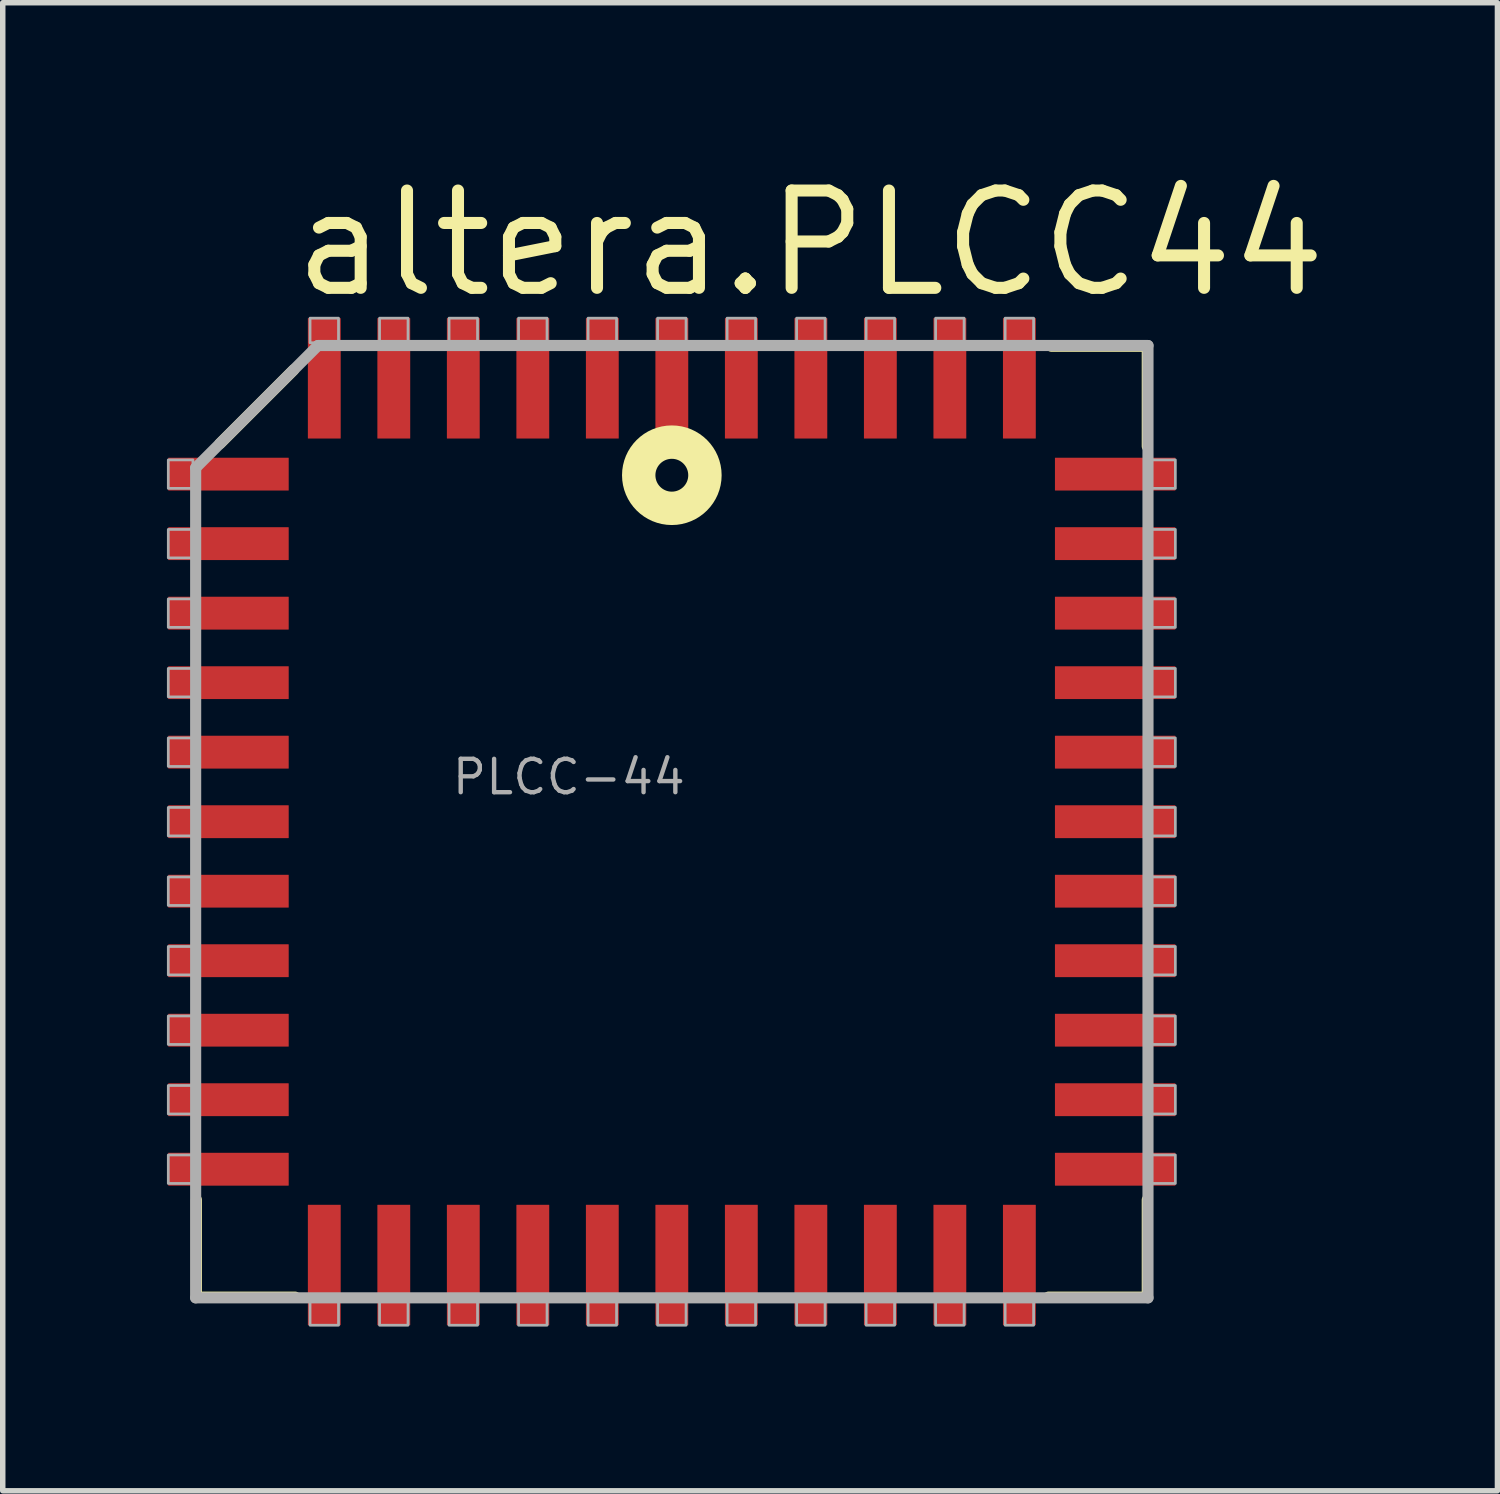
<source format=kicad_pcb>
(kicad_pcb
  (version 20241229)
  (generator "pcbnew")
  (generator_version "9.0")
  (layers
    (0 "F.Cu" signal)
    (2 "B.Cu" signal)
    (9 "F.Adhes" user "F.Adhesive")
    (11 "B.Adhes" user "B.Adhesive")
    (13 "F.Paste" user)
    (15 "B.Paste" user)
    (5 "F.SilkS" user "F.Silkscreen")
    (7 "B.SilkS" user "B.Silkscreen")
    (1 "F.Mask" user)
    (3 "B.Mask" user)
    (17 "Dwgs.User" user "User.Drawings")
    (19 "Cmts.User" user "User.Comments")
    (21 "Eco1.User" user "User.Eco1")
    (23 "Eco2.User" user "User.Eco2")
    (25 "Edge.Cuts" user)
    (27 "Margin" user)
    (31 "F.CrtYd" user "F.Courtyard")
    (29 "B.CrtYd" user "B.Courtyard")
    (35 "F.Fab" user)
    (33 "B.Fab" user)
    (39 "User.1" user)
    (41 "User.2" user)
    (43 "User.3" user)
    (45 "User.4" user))
  (footprint "altera.PLCC44"
    (layer "F.Cu")
    (at 9.225 11.963)
    (property "Reference" "altera.PLCC44" (at -7.015 -9.525 0) (layer "F.SilkS") (effects (font (size 1.778 1.778) (thickness 0.22)) (justify left bottom)))
    (attr smd)
    (fp_line (start -8.687 6.909) (end -8.687 8.687) (stroke (width 0.203) (type default)) (layer "F.SilkS"))
    (fp_line (start -8.687 8.687) (end -6.883 8.687) (stroke (width 0.203) (type default)) (layer "F.SilkS"))
    (fp_line (start -8.255 -6.909) (end -6.909 -8.255) (stroke (width 0.203) (type default)) (layer "F.SilkS"))
    (fp_line (start 6.883 8.687) (end 8.687 8.687) (stroke (width 0.203) (type default)) (layer "F.SilkS"))
    (fp_line (start 8.687 -8.687) (end 6.934 -8.687) (stroke (width 0.203) (type default)) (layer "F.SilkS"))
    (fp_line (start 8.687 -6.858) (end 8.687 -8.687) (stroke (width 0.203) (type default)) (layer "F.SilkS"))
    (fp_line (start 8.687 8.687) (end 8.687 6.909) (stroke (width 0.203) (type default)) (layer "F.SilkS"))
    (fp_circle (center 0 -6.33) (end 0.3 -6.33) (stroke (width 0.61) (type default)) (fill no) (layer "F.SilkS"))
    (fp_line (start -8.7 -6.465) (end -8.7 8.7) (stroke (width 0.203) (type default)) (layer "F.Fab"))
    (fp_line (start -8.7 8.7) (end 8.7 8.7) (stroke (width 0.203) (type default)) (layer "F.Fab"))
    (fp_line (start -6.465 -8.7) (end -8.7 -6.465) (stroke (width 0.203) (type default)) (layer "F.Fab"))
    (fp_line (start 8.7 -8.7) (end -6.465 -8.7) (stroke (width 0.203) (type default)) (layer "F.Fab"))
    (fp_line (start 8.7 8.7) (end 8.7 -8.7) (stroke (width 0.203) (type default)) (layer "F.Fab"))
    (fp_rect (start -9.2 -6.09) (end -8.75 -6.61) (stroke (width 0.05) (type default)) (fill no) (layer "F.Fab"))
    (fp_rect (start -9.2 -4.82) (end -8.75 -5.34) (stroke (width 0.05) (type default)) (fill no) (layer "F.Fab"))
    (fp_rect (start -9.2 -3.55) (end -8.75 -4.07) (stroke (width 0.05) (type default)) (fill no) (layer "F.Fab"))
    (fp_rect (start -9.2 -2.28) (end -8.75 -2.8) (stroke (width 0.05) (type default)) (fill no) (layer "F.Fab"))
    (fp_rect (start -9.2 -1.01) (end -8.75 -1.53) (stroke (width 0.05) (type default)) (fill no) (layer "F.Fab"))
    (fp_rect (start -9.2 0.26) (end -8.75 -0.26) (stroke (width 0.05) (type default)) (fill no) (layer "F.Fab"))
    (fp_rect (start -9.2 1.53) (end -8.75 1.01) (stroke (width 0.05) (type default)) (fill no) (layer "F.Fab"))
    (fp_rect (start -9.2 2.8) (end -8.75 2.28) (stroke (width 0.05) (type default)) (fill no) (layer "F.Fab"))
    (fp_rect (start -9.2 4.07) (end -8.75 3.55) (stroke (width 0.05) (type default)) (fill no) (layer "F.Fab"))
    (fp_rect (start -9.2 5.34) (end -8.75 4.82) (stroke (width 0.05) (type default)) (fill no) (layer "F.Fab"))
    (fp_rect (start -9.2 6.61) (end -8.75 6.09) (stroke (width 0.05) (type default)) (fill no) (layer "F.Fab"))
    (fp_rect (start -6.61 -8.75) (end -6.09 -9.2) (stroke (width 0.05) (type default)) (fill no) (layer "F.Fab"))
    (fp_rect (start -6.61 9.2) (end -6.09 8.75) (stroke (width 0.05) (type default)) (fill no) (layer "F.Fab"))
    (fp_rect (start -5.34 -8.75) (end -4.82 -9.2) (stroke (width 0.05) (type default)) (fill no) (layer "F.Fab"))
    (fp_rect (start -5.34 9.2) (end -4.82 8.75) (stroke (width 0.05) (type default)) (fill no) (layer "F.Fab"))
    (fp_rect (start -4.07 -8.75) (end -3.55 -9.2) (stroke (width 0.05) (type default)) (fill no) (layer "F.Fab"))
    (fp_rect (start -4.07 9.2) (end -3.55 8.75) (stroke (width 0.05) (type default)) (fill no) (layer "F.Fab"))
    (fp_rect (start -2.8 -8.75) (end -2.28 -9.2) (stroke (width 0.05) (type default)) (fill no) (layer "F.Fab"))
    (fp_rect (start -2.8 9.2) (end -2.28 8.75) (stroke (width 0.05) (type default)) (fill no) (layer "F.Fab"))
    (fp_rect (start -1.53 -8.75) (end -1.01 -9.2) (stroke (width 0.05) (type default)) (fill no) (layer "F.Fab"))
    (fp_rect (start -1.53 9.2) (end -1.01 8.75) (stroke (width 0.05) (type default)) (fill no) (layer "F.Fab"))
    (fp_rect (start -0.26 -8.75) (end 0.26 -9.2) (stroke (width 0.05) (type default)) (fill no) (layer "F.Fab"))
    (fp_rect (start -0.26 9.2) (end 0.26 8.75) (stroke (width 0.05) (type default)) (fill no) (layer "F.Fab"))
    (fp_rect (start 1.01 -8.75) (end 1.53 -9.2) (stroke (width 0.05) (type default)) (fill no) (layer "F.Fab"))
    (fp_rect (start 1.01 9.2) (end 1.53 8.75) (stroke (width 0.05) (type default)) (fill no) (layer "F.Fab"))
    (fp_rect (start 2.28 -8.75) (end 2.8 -9.2) (stroke (width 0.05) (type default)) (fill no) (layer "F.Fab"))
    (fp_rect (start 2.28 9.2) (end 2.8 8.75) (stroke (width 0.05) (type default)) (fill no) (layer "F.Fab"))
    (fp_rect (start 3.55 -8.75) (end 4.07 -9.2) (stroke (width 0.05) (type default)) (fill no) (layer "F.Fab"))
    (fp_rect (start 3.55 9.2) (end 4.07 8.75) (stroke (width 0.05) (type default)) (fill no) (layer "F.Fab"))
    (fp_rect (start 4.82 -8.75) (end 5.34 -9.2) (stroke (width 0.05) (type default)) (fill no) (layer "F.Fab"))
    (fp_rect (start 4.82 9.2) (end 5.34 8.75) (stroke (width 0.05) (type default)) (fill no) (layer "F.Fab"))
    (fp_rect (start 6.09 -8.75) (end 6.61 -9.2) (stroke (width 0.05) (type default)) (fill no) (layer "F.Fab"))
    (fp_rect (start 6.09 9.2) (end 6.61 8.75) (stroke (width 0.05) (type default)) (fill no) (layer "F.Fab"))
    (fp_rect (start 8.75 -6.09) (end 9.2 -6.61) (stroke (width 0.05) (type default)) (fill no) (layer "F.Fab"))
    (fp_rect (start 8.75 -4.82) (end 9.2 -5.34) (stroke (width 0.05) (type default)) (fill no) (layer "F.Fab"))
    (fp_rect (start 8.75 -3.55) (end 9.2 -4.07) (stroke (width 0.05) (type default)) (fill no) (layer "F.Fab"))
    (fp_rect (start 8.75 -2.28) (end 9.2 -2.8) (stroke (width 0.05) (type default)) (fill no) (layer "F.Fab"))
    (fp_rect (start 8.75 -1.01) (end 9.2 -1.53) (stroke (width 0.05) (type default)) (fill no) (layer "F.Fab"))
    (fp_rect (start 8.75 0.26) (end 9.2 -0.26) (stroke (width 0.05) (type default)) (fill no) (layer "F.Fab"))
    (fp_rect (start 8.75 1.53) (end 9.2 1.01) (stroke (width 0.05) (type default)) (fill no) (layer "F.Fab"))
    (fp_rect (start 8.75 2.8) (end 9.2 2.28) (stroke (width 0.05) (type default)) (fill no) (layer "F.Fab"))
    (fp_rect (start 8.75 4.07) (end 9.2 3.55) (stroke (width 0.05) (type default)) (fill no) (layer "F.Fab"))
    (fp_rect (start 8.75 5.34) (end 9.2 4.82) (stroke (width 0.05) (type default)) (fill no) (layer "F.Fab"))
    (fp_rect (start 8.75 6.61) (end 9.2 6.09) (stroke (width 0.05) (type default)) (fill no) (layer "F.Fab"))
    (fp_text user "PLCC-44" (at -4.055 -0.46 0) (layer "F.Fab") (effects (font (size 0.61 0.61) (thickness 0.08)) (justify left bottom)))
    (pad "1" smd roundrect (at 0 -8.1) (size 0.6 2.2) (layers "F.Cu" "F.Mask" "F.Paste") (roundrect_rratio 0.01))
    (pad "2" smd roundrect (at -1.27 -8.1) (size 0.6 2.2) (layers "F.Cu" "F.Mask" "F.Paste") (roundrect_rratio 0.01))
    (pad "3" smd roundrect (at -2.54 -8.1) (size 0.6 2.2) (layers "F.Cu" "F.Mask" "F.Paste") (roundrect_rratio 0.01))
    (pad "4" smd roundrect (at -3.81 -8.1) (size 0.6 2.2) (layers "F.Cu" "F.Mask" "F.Paste") (roundrect_rratio 0.01))
    (pad "5" smd roundrect (at -5.08 -8.1) (size 0.6 2.2) (layers "F.Cu" "F.Mask" "F.Paste") (roundrect_rratio 0.01))
    (pad "6" smd roundrect (at -6.35 -8.1) (size 0.6 2.2) (layers "F.Cu" "F.Mask" "F.Paste") (roundrect_rratio 0.01))
    (pad "7" smd roundrect (at -8.1 -6.35) (size 2.2 0.6) (layers "F.Cu" "F.Mask" "F.Paste") (roundrect_rratio 0.01))
    (pad "8" smd roundrect (at -8.1 -5.08) (size 2.2 0.6) (layers "F.Cu" "F.Mask" "F.Paste") (roundrect_rratio 0.01))
    (pad "9" smd roundrect (at -8.1 -3.81) (size 2.2 0.6) (layers "F.Cu" "F.Mask" "F.Paste") (roundrect_rratio 0.01))
    (pad "10" smd roundrect (at -8.1 -2.54) (size 2.2 0.6) (layers "F.Cu" "F.Mask" "F.Paste") (roundrect_rratio 0.01))
    (pad "11" smd roundrect (at -8.1 -1.27) (size 2.2 0.6) (layers "F.Cu" "F.Mask" "F.Paste") (roundrect_rratio 0.01))
    (pad "12" smd roundrect (at -8.1 0) (size 2.2 0.6) (layers "F.Cu" "F.Mask" "F.Paste") (roundrect_rratio 0.01))
    (pad "13" smd roundrect (at -8.1 1.27) (size 2.2 0.6) (layers "F.Cu" "F.Mask" "F.Paste") (roundrect_rratio 0.01))
    (pad "14" smd roundrect (at -8.1 2.54) (size 2.2 0.6) (layers "F.Cu" "F.Mask" "F.Paste") (roundrect_rratio 0.01))
    (pad "15" smd roundrect (at -8.1 3.81) (size 2.2 0.6) (layers "F.Cu" "F.Mask" "F.Paste") (roundrect_rratio 0.01))
    (pad "16" smd roundrect (at -8.1 5.08) (size 2.2 0.6) (layers "F.Cu" "F.Mask" "F.Paste") (roundrect_rratio 0.01))
    (pad "17" smd roundrect (at -8.1 6.35) (size 2.2 0.6) (layers "F.Cu" "F.Mask" "F.Paste") (roundrect_rratio 0.01))
    (pad "18" smd roundrect (at -6.35 8.1) (size 0.6 2.2) (layers "F.Cu" "F.Mask" "F.Paste") (roundrect_rratio 0.01))
    (pad "19" smd roundrect (at -5.08 8.1) (size 0.6 2.2) (layers "F.Cu" "F.Mask" "F.Paste") (roundrect_rratio 0.01))
    (pad "20" smd roundrect (at -3.81 8.1) (size 0.6 2.2) (layers "F.Cu" "F.Mask" "F.Paste") (roundrect_rratio 0.01))
    (pad "21" smd roundrect (at -2.54 8.1) (size 0.6 2.2) (layers "F.Cu" "F.Mask" "F.Paste") (roundrect_rratio 0.01))
    (pad "22" smd roundrect (at -1.27 8.1) (size 0.6 2.2) (layers "F.Cu" "F.Mask" "F.Paste") (roundrect_rratio 0.01))
    (pad "23" smd roundrect (at 0 8.1) (size 0.6 2.2) (layers "F.Cu" "F.Mask" "F.Paste") (roundrect_rratio 0.01))
    (pad "24" smd roundrect (at 1.27 8.1) (size 0.6 2.2) (layers "F.Cu" "F.Mask" "F.Paste") (roundrect_rratio 0.01))
    (pad "25" smd roundrect (at 2.54 8.1) (size 0.6 2.2) (layers "F.Cu" "F.Mask" "F.Paste") (roundrect_rratio 0.01))
    (pad "26" smd roundrect (at 3.81 8.1) (size 0.6 2.2) (layers "F.Cu" "F.Mask" "F.Paste") (roundrect_rratio 0.01))
    (pad "27" smd roundrect (at 5.08 8.1) (size 0.6 2.2) (layers "F.Cu" "F.Mask" "F.Paste") (roundrect_rratio 0.01))
    (pad "28" smd roundrect (at 6.35 8.1) (size 0.6 2.2) (layers "F.Cu" "F.Mask" "F.Paste") (roundrect_rratio 0.01))
    (pad "29" smd roundrect (at 8.1 6.35) (size 2.2 0.6) (layers "F.Cu" "F.Mask" "F.Paste") (roundrect_rratio 0.01))
    (pad "30" smd roundrect (at 8.1 5.08) (size 2.2 0.6) (layers "F.Cu" "F.Mask" "F.Paste") (roundrect_rratio 0.01))
    (pad "31" smd roundrect (at 8.1 3.81) (size 2.2 0.6) (layers "F.Cu" "F.Mask" "F.Paste") (roundrect_rratio 0.01))
    (pad "32" smd roundrect (at 8.1 2.54) (size 2.2 0.6) (layers "F.Cu" "F.Mask" "F.Paste") (roundrect_rratio 0.01))
    (pad "33" smd roundrect (at 8.1 1.27) (size 2.2 0.6) (layers "F.Cu" "F.Mask" "F.Paste") (roundrect_rratio 0.01))
    (pad "34" smd roundrect (at 8.1 0) (size 2.2 0.6) (layers "F.Cu" "F.Mask" "F.Paste") (roundrect_rratio 0.01))
    (pad "35" smd roundrect (at 8.1 -1.27) (size 2.2 0.6) (layers "F.Cu" "F.Mask" "F.Paste") (roundrect_rratio 0.01))
    (pad "36" smd roundrect (at 8.1 -2.54) (size 2.2 0.6) (layers "F.Cu" "F.Mask" "F.Paste") (roundrect_rratio 0.01))
    (pad "37" smd roundrect (at 8.1 -3.81) (size 2.2 0.6) (layers "F.Cu" "F.Mask" "F.Paste") (roundrect_rratio 0.01))
    (pad "38" smd roundrect (at 8.1 -5.08) (size 2.2 0.6) (layers "F.Cu" "F.Mask" "F.Paste") (roundrect_rratio 0.01))
    (pad "39" smd roundrect (at 8.1 -6.35) (size 2.2 0.6) (layers "F.Cu" "F.Mask" "F.Paste") (roundrect_rratio 0.01))
    (pad "40" smd roundrect (at 6.35 -8.1) (size 0.6 2.2) (layers "F.Cu" "F.Mask" "F.Paste") (roundrect_rratio 0.01))
    (pad "41" smd roundrect (at 5.08 -8.1) (size 0.6 2.2) (layers "F.Cu" "F.Mask" "F.Paste") (roundrect_rratio 0.01))
    (pad "42" smd roundrect (at 3.81 -8.1) (size 0.6 2.2) (layers "F.Cu" "F.Mask" "F.Paste") (roundrect_rratio 0.01))
    (pad "43" smd roundrect (at 2.54 -8.1) (size 0.6 2.2) (layers "F.Cu" "F.Mask" "F.Paste") (roundrect_rratio 0.01))
    (pad "44" smd roundrect (at 1.27 -8.1) (size 0.6 2.2) (layers "F.Cu" "F.Mask" "F.Paste") (roundrect_rratio 0.01)))
  (gr_rect
    (start -3 -3)
    (end 24.31 24.188)
    (stroke (width 0.1) (type default))
    (fill no)
    (layer "Edge.Cuts")))
</source>
